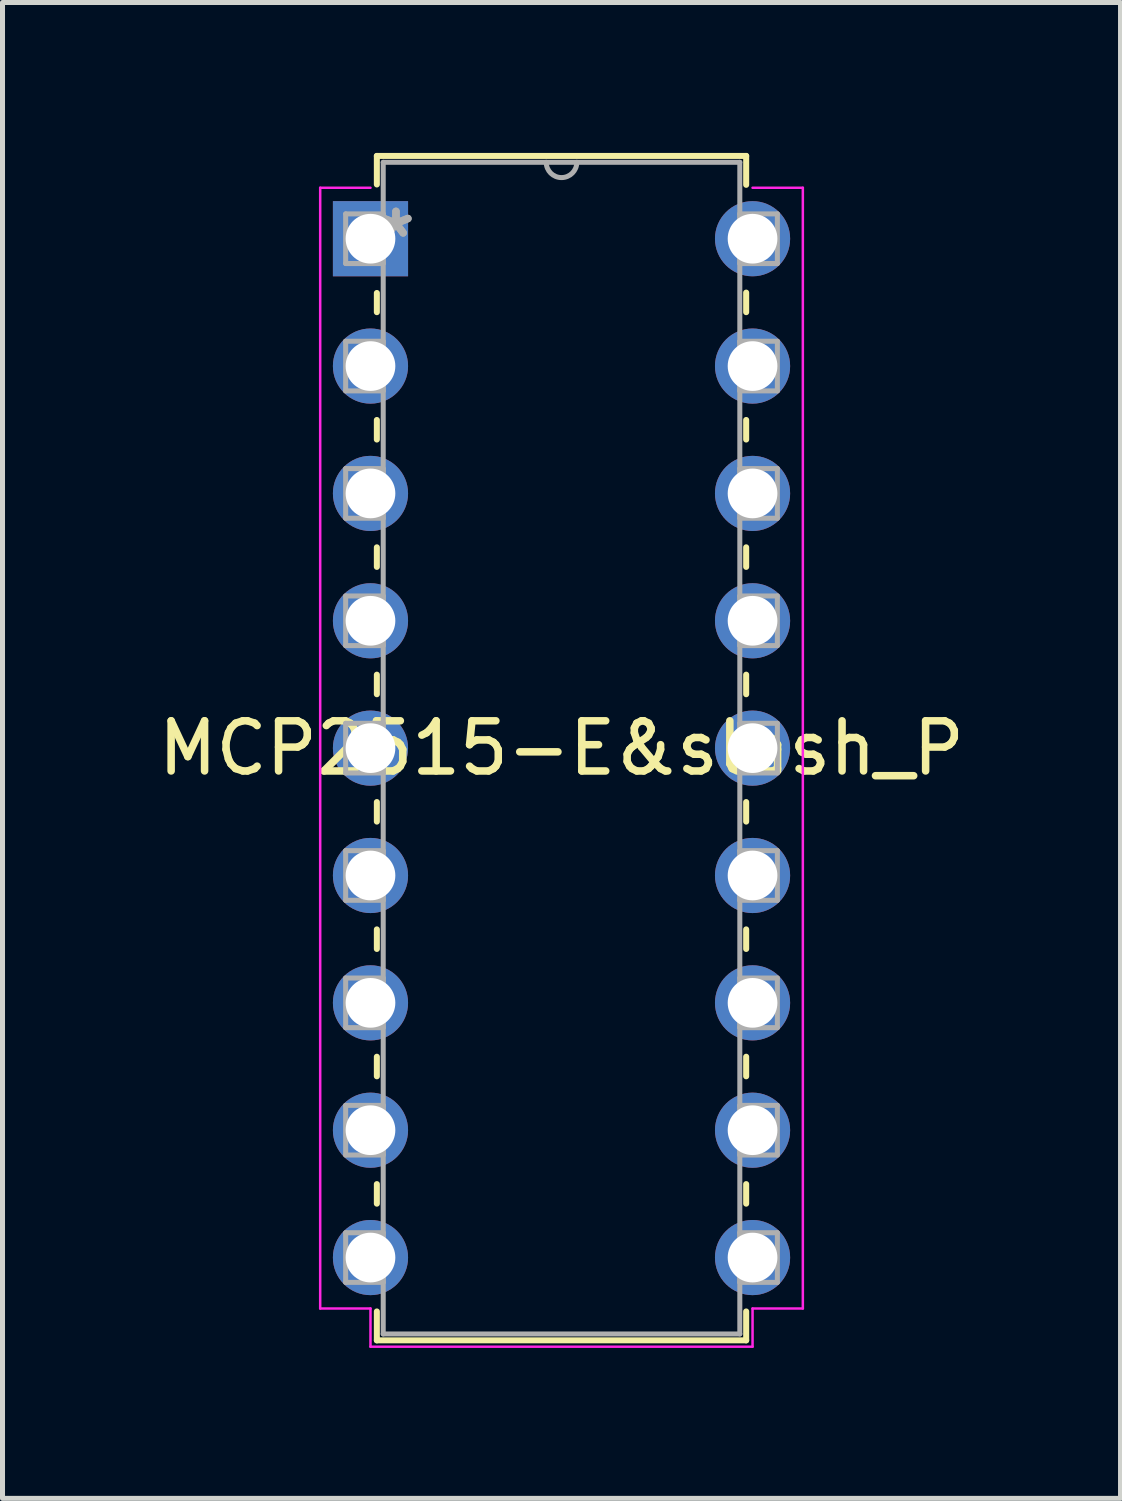
<source format=kicad_pcb>
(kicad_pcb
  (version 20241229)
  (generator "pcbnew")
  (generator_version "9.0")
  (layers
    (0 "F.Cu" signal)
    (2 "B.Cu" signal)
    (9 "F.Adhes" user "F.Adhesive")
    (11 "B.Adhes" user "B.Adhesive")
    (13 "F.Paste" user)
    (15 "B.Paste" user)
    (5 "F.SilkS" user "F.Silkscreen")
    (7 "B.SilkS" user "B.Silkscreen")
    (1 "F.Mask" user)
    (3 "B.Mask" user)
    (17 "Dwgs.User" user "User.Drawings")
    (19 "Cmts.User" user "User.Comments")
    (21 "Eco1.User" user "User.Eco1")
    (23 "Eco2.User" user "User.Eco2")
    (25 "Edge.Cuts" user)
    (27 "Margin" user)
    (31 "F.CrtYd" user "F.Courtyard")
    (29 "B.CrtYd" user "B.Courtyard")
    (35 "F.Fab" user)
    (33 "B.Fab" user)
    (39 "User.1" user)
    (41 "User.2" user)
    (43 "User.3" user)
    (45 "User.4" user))
  (footprint "MCP2515-E&slash_P"
    (layer "F.Cu")
    (at 4.339 1.711)
    (property "Reference" "MCP2515-E&slash_P" (at 3.81 10.16 0) (layer "F.SilkS") (effects (font (size 1 1) (thickness 0.15))))
    (attr through_hole)
    (fp_line (start 0.127 -1.651) (end 0.127 -1.082) (stroke (width 0.12) (type solid)) (layer "F.SilkS"))
    (fp_line (start 0.127 1.082) (end 0.127 1.465) (stroke (width 0.12) (type solid)) (layer "F.SilkS"))
    (fp_line (start 0.127 3.615) (end 0.127 4.005) (stroke (width 0.12) (type solid)) (layer "F.SilkS"))
    (fp_line (start 0.127 6.155) (end 0.127 6.545) (stroke (width 0.12) (type solid)) (layer "F.SilkS"))
    (fp_line (start 0.127 8.695) (end 0.127 9.085) (stroke (width 0.12) (type solid)) (layer "F.SilkS"))
    (fp_line (start 0.127 11.235) (end 0.127 11.625) (stroke (width 0.12) (type solid)) (layer "F.SilkS"))
    (fp_line (start 0.127 13.775) (end 0.127 14.165) (stroke (width 0.12) (type solid)) (layer "F.SilkS"))
    (fp_line (start 0.127 16.315) (end 0.127 16.705) (stroke (width 0.12) (type solid)) (layer "F.SilkS"))
    (fp_line (start 0.127 18.855) (end 0.127 19.245) (stroke (width 0.12) (type solid)) (layer "F.SilkS"))
    (fp_line (start 0.127 21.395) (end 0.127 21.971) (stroke (width 0.12) (type solid)) (layer "F.SilkS"))
    (fp_line (start 0.127 21.971) (end 7.493 21.971) (stroke (width 0.12) (type solid)) (layer "F.SilkS"))
    (fp_line (start 7.493 -1.651) (end 0.127 -1.651) (stroke (width 0.12) (type solid)) (layer "F.SilkS"))
    (fp_line (start 7.493 -1.075) (end 7.493 -1.651) (stroke (width 0.12) (type solid)) (layer "F.SilkS"))
    (fp_line (start 7.493 1.465) (end 7.493 1.075) (stroke (width 0.12) (type solid)) (layer "F.SilkS"))
    (fp_line (start 7.493 4.005) (end 7.493 3.615) (stroke (width 0.12) (type solid)) (layer "F.SilkS"))
    (fp_line (start 7.493 6.545) (end 7.493 6.155) (stroke (width 0.12) (type solid)) (layer "F.SilkS"))
    (fp_line (start 7.493 9.085) (end 7.493 8.695) (stroke (width 0.12) (type solid)) (layer "F.SilkS"))
    (fp_line (start 7.493 11.625) (end 7.493 11.235) (stroke (width 0.12) (type solid)) (layer "F.SilkS"))
    (fp_line (start 7.493 14.165) (end 7.493 13.775) (stroke (width 0.12) (type solid)) (layer "F.SilkS"))
    (fp_line (start 7.493 16.705) (end 7.493 16.315) (stroke (width 0.12) (type solid)) (layer "F.SilkS"))
    (fp_line (start 7.493 19.245) (end 7.493 18.855) (stroke (width 0.12) (type solid)) (layer "F.SilkS"))
    (fp_line (start 7.493 21.971) (end 7.493 21.395) (stroke (width 0.12) (type solid)) (layer "F.SilkS"))
    (fp_line (start -1.003 -1.016) (end -1.003 21.336) (stroke (width 0.05) (type solid)) (layer "F.CrtYd"))
    (fp_line (start -1.003 21.336) (end 0 21.336) (stroke (width 0.05) (type solid)) (layer "F.CrtYd"))
    (fp_line (start 0 -1.016) (end -1.003 -1.016) (stroke (width 0.05) (type solid)) (layer "F.CrtYd"))
    (fp_line (start 0 21.336) (end 0 22.098) (stroke (width 0.05) (type solid)) (layer "F.CrtYd"))
    (fp_line (start 0 22.098) (end 7.62 22.098) (stroke (width 0.05) (type solid)) (layer "F.CrtYd"))
    (fp_line (start 7.62 21.336) (end 7.62 22.098) (stroke (width 0.05) (type solid)) (layer "F.CrtYd"))
    (fp_line (start 8.623 -1.016) (end 7.62 -1.016) (stroke (width 0.05) (type solid)) (layer "F.CrtYd"))
    (fp_line (start 8.623 -1.016) (end 8.623 21.336) (stroke (width 0.05) (type solid)) (layer "F.CrtYd"))
    (fp_line (start 8.623 21.336) (end 7.62 21.336) (stroke (width 0.05) (type solid)) (layer "F.CrtYd"))
    (fp_line (start -0.495 -0.495) (end -0.495 0.495) (stroke (width 0.1) (type solid)) (layer "F.Fab"))
    (fp_line (start -0.495 0.495) (end 0.254 0.495) (stroke (width 0.1) (type solid)) (layer "F.Fab"))
    (fp_line (start -0.495 2.045) (end -0.495 3.035) (stroke (width 0.1) (type solid)) (layer "F.Fab"))
    (fp_line (start -0.495 3.035) (end 0.254 3.035) (stroke (width 0.1) (type solid)) (layer "F.Fab"))
    (fp_line (start -0.495 4.585) (end -0.495 5.575) (stroke (width 0.1) (type solid)) (layer "F.Fab"))
    (fp_line (start -0.495 5.575) (end 0.254 5.575) (stroke (width 0.1) (type solid)) (layer "F.Fab"))
    (fp_line (start -0.495 7.125) (end -0.495 8.115) (stroke (width 0.1) (type solid)) (layer "F.Fab"))
    (fp_line (start -0.495 8.115) (end 0.254 8.115) (stroke (width 0.1) (type solid)) (layer "F.Fab"))
    (fp_line (start -0.495 9.665) (end -0.495 10.655) (stroke (width 0.1) (type solid)) (layer "F.Fab"))
    (fp_line (start -0.495 10.655) (end 0.254 10.655) (stroke (width 0.1) (type solid)) (layer "F.Fab"))
    (fp_line (start -0.495 12.205) (end -0.495 13.195) (stroke (width 0.1) (type solid)) (layer "F.Fab"))
    (fp_line (start -0.495 13.195) (end 0.254 13.195) (stroke (width 0.1) (type solid)) (layer "F.Fab"))
    (fp_line (start -0.495 14.745) (end -0.495 15.735) (stroke (width 0.1) (type solid)) (layer "F.Fab"))
    (fp_line (start -0.495 15.735) (end 0.254 15.735) (stroke (width 0.1) (type solid)) (layer "F.Fab"))
    (fp_line (start -0.495 17.285) (end -0.495 18.275) (stroke (width 0.1) (type solid)) (layer "F.Fab"))
    (fp_line (start -0.495 18.275) (end 0.254 18.275) (stroke (width 0.1) (type solid)) (layer "F.Fab"))
    (fp_line (start -0.495 19.825) (end -0.495 20.815) (stroke (width 0.1) (type solid)) (layer "F.Fab"))
    (fp_line (start -0.495 20.815) (end 0.254 20.815) (stroke (width 0.1) (type solid)) (layer "F.Fab"))
    (fp_line (start 0.254 -1.524) (end 0.254 21.844) (stroke (width 0.1) (type solid)) (layer "F.Fab"))
    (fp_line (start 0.254 -0.495) (end -0.495 -0.495) (stroke (width 0.1) (type solid)) (layer "F.Fab"))
    (fp_line (start 0.254 0.495) (end 0.254 -0.495) (stroke (width 0.1) (type solid)) (layer "F.Fab"))
    (fp_line (start 0.254 2.045) (end -0.495 2.045) (stroke (width 0.1) (type solid)) (layer "F.Fab"))
    (fp_line (start 0.254 3.035) (end 0.254 2.045) (stroke (width 0.1) (type solid)) (layer "F.Fab"))
    (fp_line (start 0.254 4.585) (end -0.495 4.585) (stroke (width 0.1) (type solid)) (layer "F.Fab"))
    (fp_line (start 0.254 5.575) (end 0.254 4.585) (stroke (width 0.1) (type solid)) (layer "F.Fab"))
    (fp_line (start 0.254 7.125) (end -0.495 7.125) (stroke (width 0.1) (type solid)) (layer "F.Fab"))
    (fp_line (start 0.254 8.115) (end 0.254 7.125) (stroke (width 0.1) (type solid)) (layer "F.Fab"))
    (fp_line (start 0.254 9.665) (end -0.495 9.665) (stroke (width 0.1) (type solid)) (layer "F.Fab"))
    (fp_line (start 0.254 10.655) (end 0.254 9.665) (stroke (width 0.1) (type solid)) (layer "F.Fab"))
    (fp_line (start 0.254 12.205) (end -0.495 12.205) (stroke (width 0.1) (type solid)) (layer "F.Fab"))
    (fp_line (start 0.254 13.195) (end 0.254 12.205) (stroke (width 0.1) (type solid)) (layer "F.Fab"))
    (fp_line (start 0.254 14.745) (end -0.495 14.745) (stroke (width 0.1) (type solid)) (layer "F.Fab"))
    (fp_line (start 0.254 15.735) (end 0.254 14.745) (stroke (width 0.1) (type solid)) (layer "F.Fab"))
    (fp_line (start 0.254 17.285) (end -0.495 17.285) (stroke (width 0.1) (type solid)) (layer "F.Fab"))
    (fp_line (start 0.254 18.275) (end 0.254 17.285) (stroke (width 0.1) (type solid)) (layer "F.Fab"))
    (fp_line (start 0.254 19.825) (end -0.495 19.825) (stroke (width 0.1) (type solid)) (layer "F.Fab"))
    (fp_line (start 0.254 20.815) (end 0.254 19.825) (stroke (width 0.1) (type solid)) (layer "F.Fab"))
    (fp_line (start 0.254 21.844) (end 7.366 21.844) (stroke (width 0.1) (type solid)) (layer "F.Fab"))
    (fp_line (start 7.366 -1.524) (end 0.254 -1.524) (stroke (width 0.1) (type solid)) (layer "F.Fab"))
    (fp_line (start 7.366 -0.495) (end 7.366 0.495) (stroke (width 0.1) (type solid)) (layer "F.Fab"))
    (fp_line (start 7.366 0.495) (end 8.115 0.495) (stroke (width 0.1) (type solid)) (layer "F.Fab"))
    (fp_line (start 7.366 2.045) (end 7.366 3.035) (stroke (width 0.1) (type solid)) (layer "F.Fab"))
    (fp_line (start 7.366 3.035) (end 8.115 3.035) (stroke (width 0.1) (type solid)) (layer "F.Fab"))
    (fp_line (start 7.366 4.585) (end 7.366 5.575) (stroke (width 0.1) (type solid)) (layer "F.Fab"))
    (fp_line (start 7.366 5.575) (end 8.115 5.575) (stroke (width 0.1) (type solid)) (layer "F.Fab"))
    (fp_line (start 7.366 7.125) (end 7.366 8.115) (stroke (width 0.1) (type solid)) (layer "F.Fab"))
    (fp_line (start 7.366 8.115) (end 8.115 8.115) (stroke (width 0.1) (type solid)) (layer "F.Fab"))
    (fp_line (start 7.366 9.665) (end 7.366 10.655) (stroke (width 0.1) (type solid)) (layer "F.Fab"))
    (fp_line (start 7.366 10.655) (end 8.115 10.655) (stroke (width 0.1) (type solid)) (layer "F.Fab"))
    (fp_line (start 7.366 12.205) (end 7.366 13.195) (stroke (width 0.1) (type solid)) (layer "F.Fab"))
    (fp_line (start 7.366 13.195) (end 8.115 13.195) (stroke (width 0.1) (type solid)) (layer "F.Fab"))
    (fp_line (start 7.366 14.745) (end 7.366 15.735) (stroke (width 0.1) (type solid)) (layer "F.Fab"))
    (fp_line (start 7.366 15.735) (end 8.115 15.735) (stroke (width 0.1) (type solid)) (layer "F.Fab"))
    (fp_line (start 7.366 17.285) (end 7.366 18.275) (stroke (width 0.1) (type solid)) (layer "F.Fab"))
    (fp_line (start 7.366 18.275) (end 8.115 18.275) (stroke (width 0.1) (type solid)) (layer "F.Fab"))
    (fp_line (start 7.366 19.825) (end 7.366 20.815) (stroke (width 0.1) (type solid)) (layer "F.Fab"))
    (fp_line (start 7.366 20.815) (end 8.115 20.815) (stroke (width 0.1) (type solid)) (layer "F.Fab"))
    (fp_line (start 7.366 21.844) (end 7.366 -1.524) (stroke (width 0.1) (type solid)) (layer "F.Fab"))
    (fp_line (start 8.115 -0.495) (end 7.366 -0.495) (stroke (width 0.1) (type solid)) (layer "F.Fab"))
    (fp_line (start 8.115 0.495) (end 8.115 -0.495) (stroke (width 0.1) (type solid)) (layer "F.Fab"))
    (fp_line (start 8.115 2.045) (end 7.366 2.045) (stroke (width 0.1) (type solid)) (layer "F.Fab"))
    (fp_line (start 8.115 3.035) (end 8.115 2.045) (stroke (width 0.1) (type solid)) (layer "F.Fab"))
    (fp_line (start 8.115 4.585) (end 7.366 4.585) (stroke (width 0.1) (type solid)) (layer "F.Fab"))
    (fp_line (start 8.115 5.575) (end 8.115 4.585) (stroke (width 0.1) (type solid)) (layer "F.Fab"))
    (fp_line (start 8.115 7.125) (end 7.366 7.125) (stroke (width 0.1) (type solid)) (layer "F.Fab"))
    (fp_line (start 8.115 8.115) (end 8.115 7.125) (stroke (width 0.1) (type solid)) (layer "F.Fab"))
    (fp_line (start 8.115 9.665) (end 7.366 9.665) (stroke (width 0.1) (type solid)) (layer "F.Fab"))
    (fp_line (start 8.115 10.655) (end 8.115 9.665) (stroke (width 0.1) (type solid)) (layer "F.Fab"))
    (fp_line (start 8.115 12.205) (end 7.366 12.205) (stroke (width 0.1) (type solid)) (layer "F.Fab"))
    (fp_line (start 8.115 13.195) (end 8.115 12.205) (stroke (width 0.1) (type solid)) (layer "F.Fab"))
    (fp_line (start 8.115 14.745) (end 7.366 14.745) (stroke (width 0.1) (type solid)) (layer "F.Fab"))
    (fp_line (start 8.115 15.735) (end 8.115 14.745) (stroke (width 0.1) (type solid)) (layer "F.Fab"))
    (fp_line (start 8.115 17.285) (end 7.366 17.285) (stroke (width 0.1) (type solid)) (layer "F.Fab"))
    (fp_line (start 8.115 18.275) (end 8.115 17.285) (stroke (width 0.1) (type solid)) (layer "F.Fab"))
    (fp_line (start 8.115 19.825) (end 7.366 19.825) (stroke (width 0.1) (type solid)) (layer "F.Fab"))
    (fp_line (start 8.115 20.815) (end 8.115 19.825) (stroke (width 0.1) (type solid)) (layer "F.Fab"))
    (fp_arc (start 4.1148 -1.524) (mid 3.81 -1.2192) (end 3.5052 -1.524) (stroke (width 0.1) (type solid)) (layer "F.Fab"))
    (fp_text user "*" (at 0.508 0 0) (layer "F.Fab") (effects (font (size 1 1) (thickness 0.15))))
    (fp_text user "*" (at 0.508 0 0) (layer "F.Fab") (effects (font (size 1 1) (thickness 0.15))))
    (pad "1" thru_hole rect (at 0 0) (size 1.499 1.499) (drill 0.991) (layers "*.Cu" "*.Mask"))
    (pad "2" thru_hole circle (at 0 2.54) (size 1.499 1.499) (drill 0.991) (layers "*.Cu" "*.Mask"))
    (pad "3" thru_hole circle (at 0 5.08) (size 1.499 1.499) (drill 0.991) (layers "*.Cu" "*.Mask"))
    (pad "4" thru_hole circle (at 0 7.62) (size 1.499 1.499) (drill 0.991) (layers "*.Cu" "*.Mask"))
    (pad "5" thru_hole circle (at 0 10.16) (size 1.499 1.499) (drill 0.991) (layers "*.Cu" "*.Mask"))
    (pad "6" thru_hole circle (at 0 12.7) (size 1.499 1.499) (drill 0.991) (layers "*.Cu" "*.Mask"))
    (pad "7" thru_hole circle (at 0 15.24) (size 1.499 1.499) (drill 0.991) (layers "*.Cu" "*.Mask"))
    (pad "8" thru_hole circle (at 0 17.78) (size 1.499 1.499) (drill 0.991) (layers "*.Cu" "*.Mask"))
    (pad "9" thru_hole circle (at 0 20.32) (size 1.499 1.499) (drill 0.991) (layers "*.Cu" "*.Mask"))
    (pad "10" thru_hole circle (at 7.62 20.32) (size 1.499 1.499) (drill 0.991) (layers "*.Cu" "*.Mask"))
    (pad "11" thru_hole circle (at 7.62 17.78) (size 1.499 1.499) (drill 0.991) (layers "*.Cu" "*.Mask"))
    (pad "12" thru_hole circle (at 7.62 15.24) (size 1.499 1.499) (drill 0.991) (layers "*.Cu" "*.Mask"))
    (pad "13" thru_hole circle (at 7.62 12.7) (size 1.499 1.499) (drill 0.991) (layers "*.Cu" "*.Mask"))
    (pad "14" thru_hole circle (at 7.62 10.16) (size 1.499 1.499) (drill 0.991) (layers "*.Cu" "*.Mask"))
    (pad "15" thru_hole circle (at 7.62 7.62) (size 1.499 1.499) (drill 0.991) (layers "*.Cu" "*.Mask"))
    (pad "16" thru_hole circle (at 7.62 5.08) (size 1.499 1.499) (drill 0.991) (layers "*.Cu" "*.Mask"))
    (pad "17" thru_hole circle (at 7.62 2.54) (size 1.499 1.499) (drill 0.991) (layers "*.Cu" "*.Mask"))
    (pad "18" thru_hole circle (at 7.62 0) (size 1.499 1.499) (drill 0.991) (layers "*.Cu" "*.Mask")))
  (gr_rect
    (start -3 -3)
    (end 19.298 26.834)
    (stroke (width 0.1) (type default))
    (fill no)
    (layer "Edge.Cuts")))
</source>
